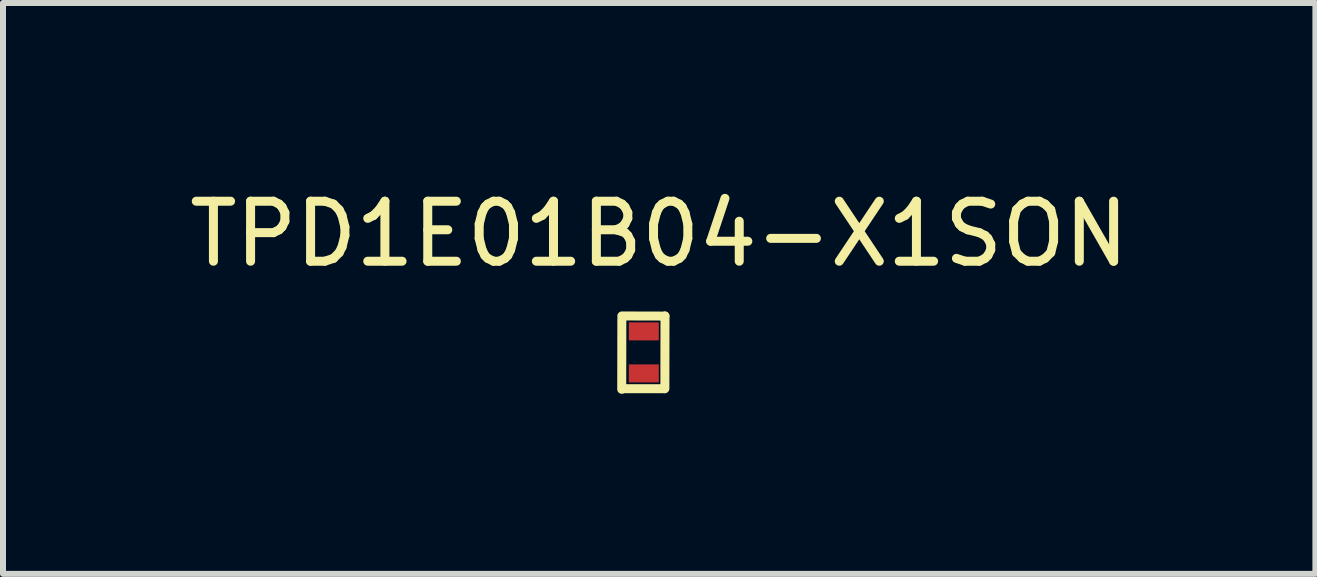
<source format=kicad_pcb>
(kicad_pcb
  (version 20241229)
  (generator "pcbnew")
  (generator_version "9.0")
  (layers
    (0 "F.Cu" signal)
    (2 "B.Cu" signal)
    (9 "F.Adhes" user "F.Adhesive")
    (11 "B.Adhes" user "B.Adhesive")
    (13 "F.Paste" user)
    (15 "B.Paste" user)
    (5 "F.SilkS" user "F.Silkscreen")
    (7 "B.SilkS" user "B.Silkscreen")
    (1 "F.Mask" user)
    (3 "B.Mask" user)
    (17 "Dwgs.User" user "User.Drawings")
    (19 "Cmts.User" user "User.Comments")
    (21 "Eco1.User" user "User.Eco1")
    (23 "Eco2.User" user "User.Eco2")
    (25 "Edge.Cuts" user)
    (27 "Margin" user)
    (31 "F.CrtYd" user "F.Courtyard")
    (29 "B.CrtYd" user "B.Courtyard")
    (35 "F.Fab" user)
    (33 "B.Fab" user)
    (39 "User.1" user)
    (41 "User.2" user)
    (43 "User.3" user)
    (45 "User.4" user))
  (footprint "TPD1E01B04-X1SON"
    (layer "F.Cu")
    (at 7.678 2.822)
    (property "Reference" "TPD1E01B04-X1SON" (at 0.257 -1.974 0) (layer "F.SilkS") (effects (font (size 1 1) (thickness 0.15))))
    (attr through_hole)
    (fp_line (start -0.366 -0.554) (end -0.368 0.615) (stroke (width 0.15) (type solid)) (layer "F.SilkS"))
    (fp_line (start -0.358 0.605) (end 0.34 0.605) (stroke (width 0.15) (type solid)) (layer "F.SilkS"))
    (fp_line (start 0.351 -0.605) (end -0.366 -0.607) (stroke (width 0.15) (type solid)) (layer "F.SilkS"))
    (fp_line (start 0.351 0.605) (end 0.353 -0.607) (stroke (width 0.15) (type solid)) (layer "F.SilkS"))
    (pad "1" smd rect (at 0 0.35 90) (size 0.3 0.5) (layers "F.Cu" "F.Mask" "F.Paste"))
    (pad "2" smd rect (at 0 -0.35 90) (size 0.3 0.5) (layers "F.Cu" "F.Mask" "F.Paste")))
  (gr_rect
    (start -3 -3)
    (end 18.869 6.512)
    (stroke (width 0.1) (type default))
    (fill no)
    (layer "Edge.Cuts")))
</source>
